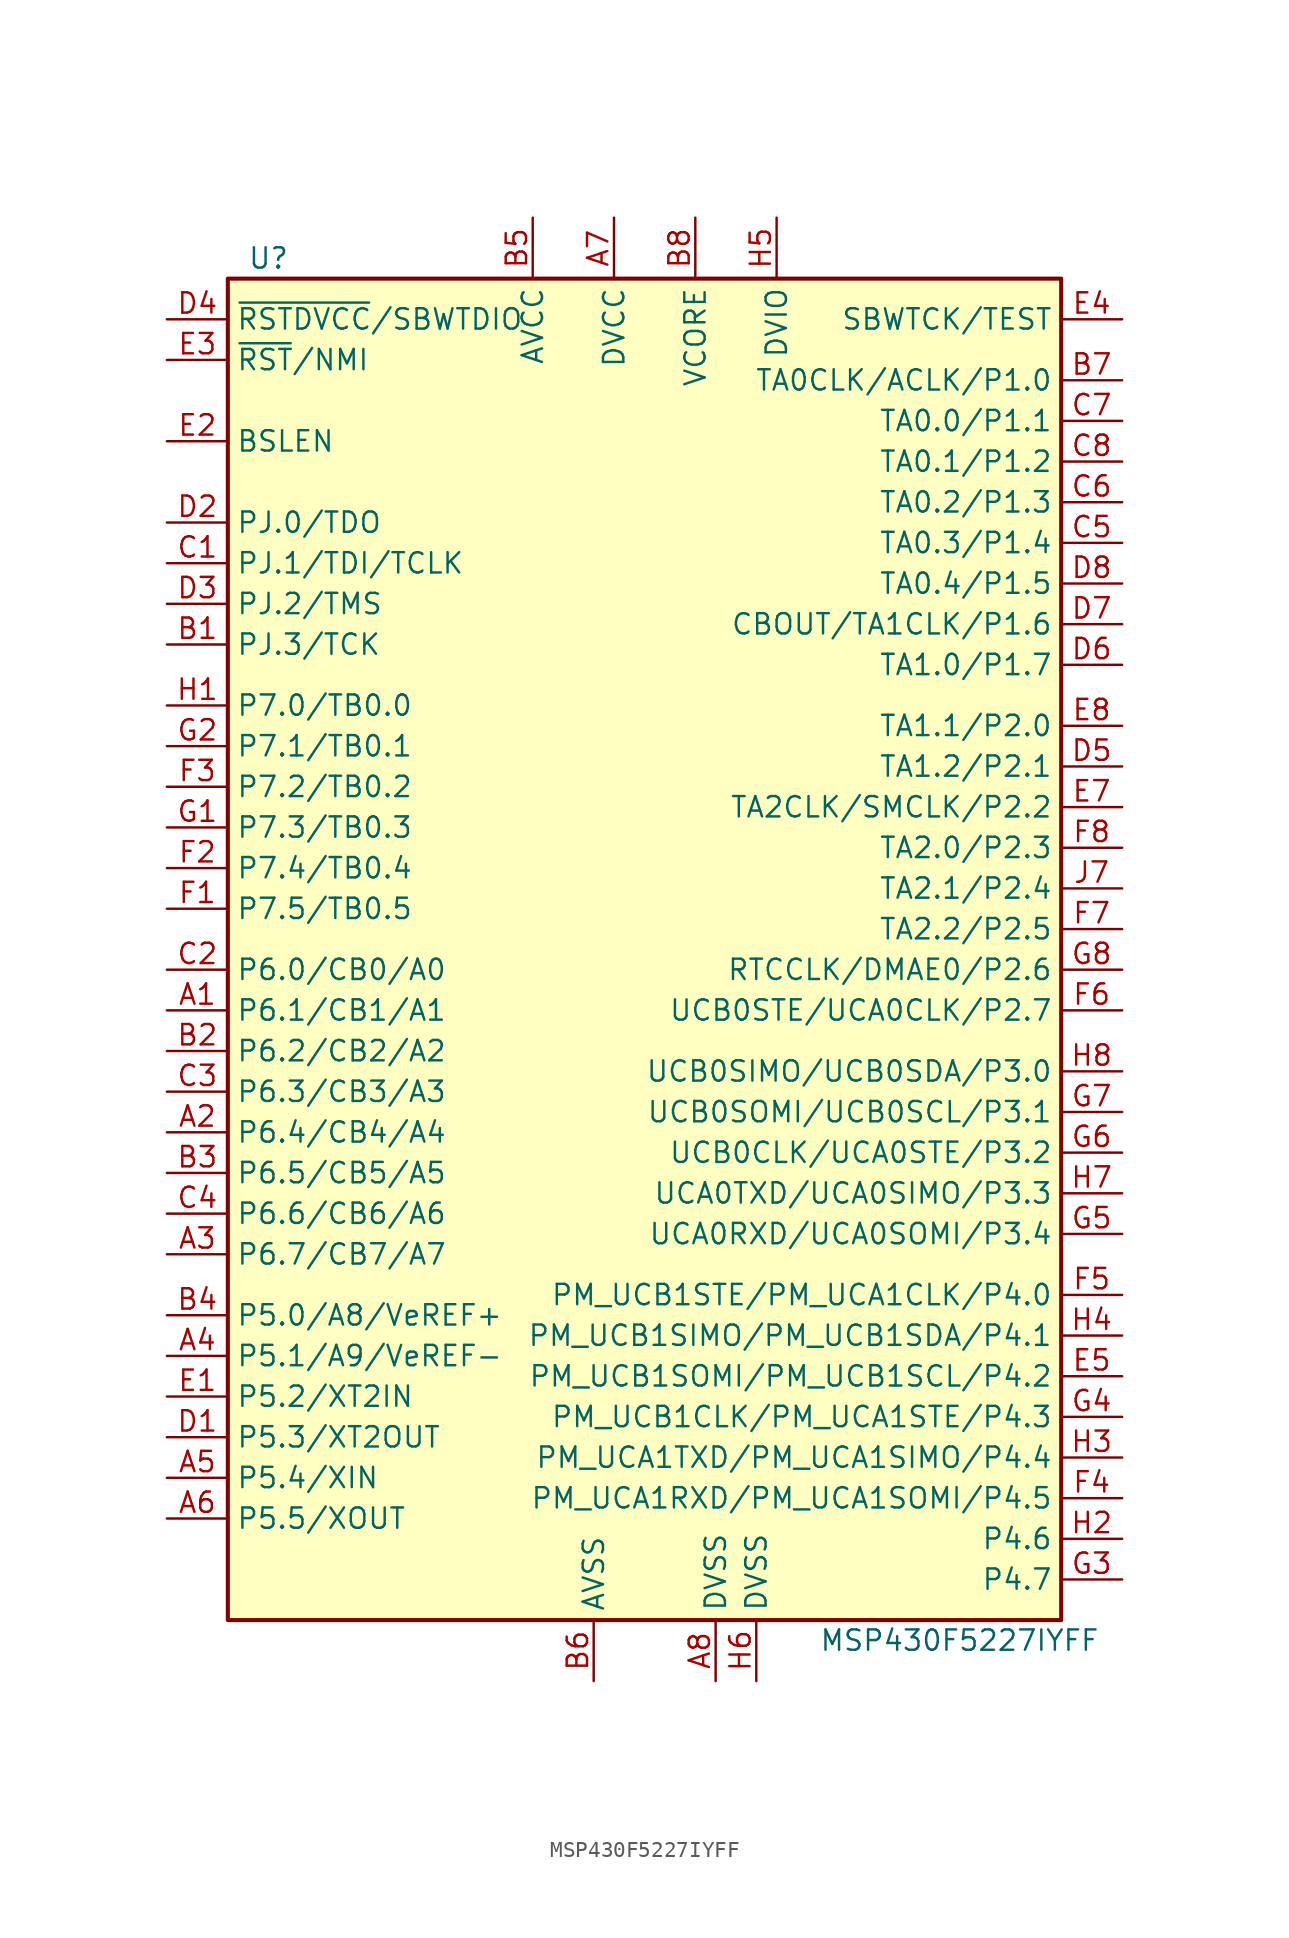
<source format=kicad_sym>
(kicad_symbol_lib
  (version 20211014)
  (generator kicad_symbol_editor)
  (symbol "MSP430F5227IYFF"
    (property "Reference" "U"
      (at -24.13 43.18 0)
      (effects (font (size 1.27 1.27))))
    (property "Value" "MSP430F5227IYFF"
      (at 19.05 -43.18 0)
      (effects (font (size 1.27 1.27))))
    (symbol "MSP430F5227IYFF_0_1"
      (rectangle (start -26.67 41.91) (end 25.4 -41.91) (stroke (width 0.254) (type default) (color 0 0 0 0)) (fill (type background))))
    (symbol "MSP430F5227IYFF_1_1"
      (pin bidirectional line (at -30.48 -3.81 0) (length 3.81) (name "P6.1/CB1/A1" (effects (font (size 1.27 1.27)))) (number "A1" (effects (font (size 1.27 1.27)))))
      (pin bidirectional line (at -30.48 -11.43 0) (length 3.81) (name "P6.4/CB4/A4" (effects (font (size 1.27 1.27)))) (number "A2" (effects (font (size 1.27 1.27)))))
      (pin bidirectional line (at -30.48 -19.05 0) (length 3.81) (name "P6.7/CB7/A7" (effects (font (size 1.27 1.27)))) (number "A3" (effects (font (size 1.27 1.27)))))
      (pin bidirectional line (at -30.48 -25.4 0) (length 3.81) (name "P5.1/A9/VeREF-" (effects (font (size 1.27 1.27)))) (number "A4" (effects (font (size 1.27 1.27)))))
      (pin bidirectional line (at -30.48 -33.02 0) (length 3.81) (name "P5.4/XIN" (effects (font (size 1.27 1.27)))) (number "A5" (effects (font (size 1.27 1.27)))))
      (pin bidirectional line (at -30.48 -35.56 0) (length 3.81) (name "P5.5/XOUT" (effects (font (size 1.27 1.27)))) (number "A6" (effects (font (size 1.27 1.27)))))
      (pin power_in line (at -2.54 45.72 270) (length 3.81) (name "DVCC" (effects (font (size 1.27 1.27)))) (number "A7" (effects (font (size 1.27 1.27)))))
      (pin power_in line (at 3.81 -45.72 90) (length 3.81) (name "DVSS" (effects (font (size 1.27 1.27)))) (number "A8" (effects (font (size 1.27 1.27)))))
      (pin bidirectional line (at -30.48 19.05 0) (length 3.81) (name "PJ.3/TCK" (effects (font (size 1.27 1.27)))) (number "B1" (effects (font (size 1.27 1.27)))))
      (pin bidirectional line (at -30.48 -6.35 0) (length 3.81) (name "P6.2/CB2/A2" (effects (font (size 1.27 1.27)))) (number "B2" (effects (font (size 1.27 1.27)))))
      (pin bidirectional line (at -30.48 -13.97 0) (length 3.81) (name "P6.5/CB5/A5" (effects (font (size 1.27 1.27)))) (number "B3" (effects (font (size 1.27 1.27)))))
      (pin bidirectional line (at -30.48 -22.86 0) (length 3.81) (name "P5.0/A8/VeREF+" (effects (font (size 1.27 1.27)))) (number "B4" (effects (font (size 1.27 1.27)))))
      (pin power_in line (at -7.62 45.72 270) (length 3.81) (name "AVCC" (effects (font (size 1.27 1.27)))) (number "B5" (effects (font (size 1.27 1.27)))))
      (pin power_in line (at -3.81 -45.72 90) (length 3.81) (name "AVSS" (effects (font (size 1.27 1.27)))) (number "B6" (effects (font (size 1.27 1.27)))))
      (pin bidirectional line (at 29.21 35.56 180) (length 3.81) (name "TA0CLK/ACLK/P1.0" (effects (font (size 1.27 1.27)))) (number "B7" (effects (font (size 1.27 1.27)))))
      (pin power_in line (at 2.54 45.72 270) (length 3.81) (name "VCORE" (effects (font (size 1.27 1.27)))) (number "B8" (effects (font (size 1.27 1.27)))))
      (pin bidirectional line (at -30.48 24.13 0) (length 3.81) (name "PJ.1/TDI/TCLK" (effects (font (size 1.27 1.27)))) (number "C1" (effects (font (size 1.27 1.27)))))
      (pin bidirectional line (at -30.48 -1.27 0) (length 3.81) (name "P6.0/CB0/A0" (effects (font (size 1.27 1.27)))) (number "C2" (effects (font (size 1.27 1.27)))))
      (pin bidirectional line (at -30.48 -8.89 0) (length 3.81) (name "P6.3/CB3/A3" (effects (font (size 1.27 1.27)))) (number "C3" (effects (font (size 1.27 1.27)))))
      (pin bidirectional line (at -30.48 -16.51 0) (length 3.81) (name "P6.6/CB6/A6" (effects (font (size 1.27 1.27)))) (number "C4" (effects (font (size 1.27 1.27)))))
      (pin bidirectional line (at 29.21 25.4 180) (length 3.81) (name "TA0.3/P1.4" (effects (font (size 1.27 1.27)))) (number "C5" (effects (font (size 1.27 1.27)))))
      (pin bidirectional line (at 29.21 27.94 180) (length 3.81) (name "TA0.2/P1.3" (effects (font (size 1.27 1.27)))) (number "C6" (effects (font (size 1.27 1.27)))))
      (pin bidirectional line (at 29.21 33.02 180) (length 3.81) (name "TA0.0/P1.1" (effects (font (size 1.27 1.27)))) (number "C7" (effects (font (size 1.27 1.27)))))
      (pin bidirectional line (at 29.21 30.48 180) (length 3.81) (name "TA0.1/P1.2" (effects (font (size 1.27 1.27)))) (number "C8" (effects (font (size 1.27 1.27)))))
      (pin bidirectional line (at -30.48 -30.48 0) (length 3.81) (name "P5.3/XT2OUT" (effects (font (size 1.27 1.27)))) (number "D1" (effects (font (size 1.27 1.27)))))
      (pin bidirectional line (at -30.48 26.67 0) (length 3.81) (name "PJ.0/TDO" (effects (font (size 1.27 1.27)))) (number "D2" (effects (font (size 1.27 1.27)))))
      (pin bidirectional line (at -30.48 21.59 0) (length 3.81) (name "PJ.2/TMS" (effects (font (size 1.27 1.27)))) (number "D3" (effects (font (size 1.27 1.27)))))
      (pin bidirectional line (at -30.48 39.37 0) (length 3.81) (name "~{RSTDVCC}/SBWTDIO" (effects (font (size 1.27 1.27)))) (number "D4" (effects (font (size 1.27 1.27)))))
      (pin bidirectional line (at 29.21 11.43 180) (length 3.81) (name "TA1.2/P2.1" (effects (font (size 1.27 1.27)))) (number "D5" (effects (font (size 1.27 1.27)))))
      (pin bidirectional line (at 29.21 17.78 180) (length 3.81) (name "TA1.0/P1.7" (effects (font (size 1.27 1.27)))) (number "D6" (effects (font (size 1.27 1.27)))))
      (pin bidirectional line (at 29.21 20.32 180) (length 3.81) (name "CBOUT/TA1CLK/P1.6" (effects (font (size 1.27 1.27)))) (number "D7" (effects (font (size 1.27 1.27)))))
      (pin bidirectional line (at 29.21 22.86 180) (length 3.81) (name "TA0.4/P1.5" (effects (font (size 1.27 1.27)))) (number "D8" (effects (font (size 1.27 1.27)))))
      (pin bidirectional line (at -30.48 -27.94 0) (length 3.81) (name "P5.2/XT2IN" (effects (font (size 1.27 1.27)))) (number "E1" (effects (font (size 1.27 1.27)))))
      (pin bidirectional line (at -30.48 31.75 0) (length 3.81) (name "BSLEN" (effects (font (size 1.27 1.27)))) (number "E2" (effects (font (size 1.27 1.27)))))
      (pin input line (at -30.48 36.83 0) (length 3.81) (name "~{RST}/NMI" (effects (font (size 1.27 1.27)))) (number "E3" (effects (font (size 1.27 1.27)))))
      (pin input line (at 29.21 39.37 180) (length 3.81) (name "SBWTCK/TEST" (effects (font (size 1.27 1.27)))) (number "E4" (effects (font (size 1.27 1.27)))))
      (pin bidirectional line (at 29.21 -26.67 180) (length 3.81) (name "PM_UCB1SOMI/PM_UCB1SCL/P4.2" (effects (font (size 1.27 1.27)))) (number "E5" (effects (font (size 1.27 1.27)))))
      (pin bidirectional line (at 29.21 8.89 180) (length 3.81) (name "TA2CLK/SMCLK/P2.2" (effects (font (size 1.27 1.27)))) (number "E7" (effects (font (size 1.27 1.27)))))
      (pin bidirectional line (at 29.21 13.97 180) (length 3.81) (name "TA1.1/P2.0" (effects (font (size 1.27 1.27)))) (number "E8" (effects (font (size 1.27 1.27)))))
      (pin bidirectional line (at -30.48 2.54 0) (length 3.81) (name "P7.5/TB0.5" (effects (font (size 1.27 1.27)))) (number "F1" (effects (font (size 1.27 1.27)))))
      (pin bidirectional line (at -30.48 5.08 0) (length 3.81) (name "P7.4/TB0.4" (effects (font (size 1.27 1.27)))) (number "F2" (effects (font (size 1.27 1.27)))))
      (pin bidirectional line (at -30.48 10.16 0) (length 3.81) (name "P7.2/TB0.2" (effects (font (size 1.27 1.27)))) (number "F3" (effects (font (size 1.27 1.27)))))
      (pin bidirectional line (at 29.21 -34.29 180) (length 3.81) (name "PM_UCA1RXD/PM_UCA1SOMI/P4.5" (effects (font (size 1.27 1.27)))) (number "F4" (effects (font (size 1.27 1.27)))))
      (pin bidirectional line (at 29.21 -21.59 180) (length 3.81) (name "PM_UCB1STE/PM_UCA1CLK/P4.0" (effects (font (size 1.27 1.27)))) (number "F5" (effects (font (size 1.27 1.27)))))
      (pin bidirectional line (at 29.21 -3.81 180) (length 3.81) (name "UCB0STE/UCA0CLK/P2.7" (effects (font (size 1.27 1.27)))) (number "F6" (effects (font (size 1.27 1.27)))))
      (pin bidirectional line (at 29.21 1.27 180) (length 3.81) (name "TA2.2/P2.5" (effects (font (size 1.27 1.27)))) (number "F7" (effects (font (size 1.27 1.27)))))
      (pin bidirectional line (at 29.21 6.35 180) (length 3.81) (name "TA2.0/P2.3" (effects (font (size 1.27 1.27)))) (number "F8" (effects (font (size 1.27 1.27)))))
      (pin bidirectional line (at -30.48 7.62 0) (length 3.81) (name "P7.3/TB0.3" (effects (font (size 1.27 1.27)))) (number "G1" (effects (font (size 1.27 1.27)))))
      (pin bidirectional line (at -30.48 12.7 0) (length 3.81) (name "P7.1/TB0.1" (effects (font (size 1.27 1.27)))) (number "G2" (effects (font (size 1.27 1.27)))))
      (pin bidirectional line (at 29.21 -39.37 180) (length 3.81) (name "P4.7" (effects (font (size 1.27 1.27)))) (number "G3" (effects (font (size 1.27 1.27)))))
      (pin bidirectional line (at 29.21 -29.21 180) (length 3.81) (name "PM_UCB1CLK/PM_UCA1STE/P4.3" (effects (font (size 1.27 1.27)))) (number "G4" (effects (font (size 1.27 1.27)))))
      (pin bidirectional line (at 29.21 -17.78 180) (length 3.81) (name "UCA0RXD/UCA0SOMI/P3.4" (effects (font (size 1.27 1.27)))) (number "G5" (effects (font (size 1.27 1.27)))))
      (pin bidirectional line (at 29.21 -12.7 180) (length 3.81) (name "UCB0CLK/UCA0STE/P3.2" (effects (font (size 1.27 1.27)))) (number "G6" (effects (font (size 1.27 1.27)))))
      (pin bidirectional line (at 29.21 -10.16 180) (length 3.81) (name "UCB0SOMI/UCB0SCL/P3.1" (effects (font (size 1.27 1.27)))) (number "G7" (effects (font (size 1.27 1.27)))))
      (pin bidirectional line (at 29.21 -1.27 180) (length 3.81) (name "RTCCLK/DMAE0/P2.6" (effects (font (size 1.27 1.27)))) (number "G8" (effects (font (size 1.27 1.27)))))
      (pin bidirectional line (at -30.48 15.24 0) (length 3.81) (name "P7.0/TB0.0" (effects (font (size 1.27 1.27)))) (number "H1" (effects (font (size 1.27 1.27)))))
      (pin bidirectional line (at 29.21 -36.83 180) (length 3.81) (name "P4.6" (effects (font (size 1.27 1.27)))) (number "H2" (effects (font (size 1.27 1.27)))))
      (pin bidirectional line (at 29.21 -31.75 180) (length 3.81) (name "PM_UCA1TXD/PM_UCA1SIMO/P4.4" (effects (font (size 1.27 1.27)))) (number "H3" (effects (font (size 1.27 1.27)))))
      (pin bidirectional line (at 29.21 -24.13 180) (length 3.81) (name "PM_UCB1SIMO/PM_UCB1SDA/P4.1" (effects (font (size 1.27 1.27)))) (number "H4" (effects (font (size 1.27 1.27)))))
      (pin power_in line (at 7.62 45.72 270) (length 3.81) (name "DVIO" (effects (font (size 1.27 1.27)))) (number "H5" (effects (font (size 1.27 1.27)))))
      (pin power_in line (at 6.35 -45.72 90) (length 3.81) (name "DVSS" (effects (font (size 1.27 1.27)))) (number "H6" (effects (font (size 1.27 1.27)))))
      (pin bidirectional line (at 29.21 -15.24 180) (length 3.81) (name "UCA0TXD/UCA0SIMO/P3.3" (effects (font (size 1.27 1.27)))) (number "H7" (effects (font (size 1.27 1.27)))))
      (pin bidirectional line (at 29.21 -7.62 180) (length 3.81) (name "UCB0SIMO/UCB0SDA/P3.0" (effects (font (size 1.27 1.27)))) (number "H8" (effects (font (size 1.27 1.27)))))
      (pin bidirectional line (at 29.21 3.81 180) (length 3.81) (name "TA2.1/P2.4" (effects (font (size 1.27 1.27)))) (number "J7" (effects (font (size 1.27 1.27))))))))
</source>
